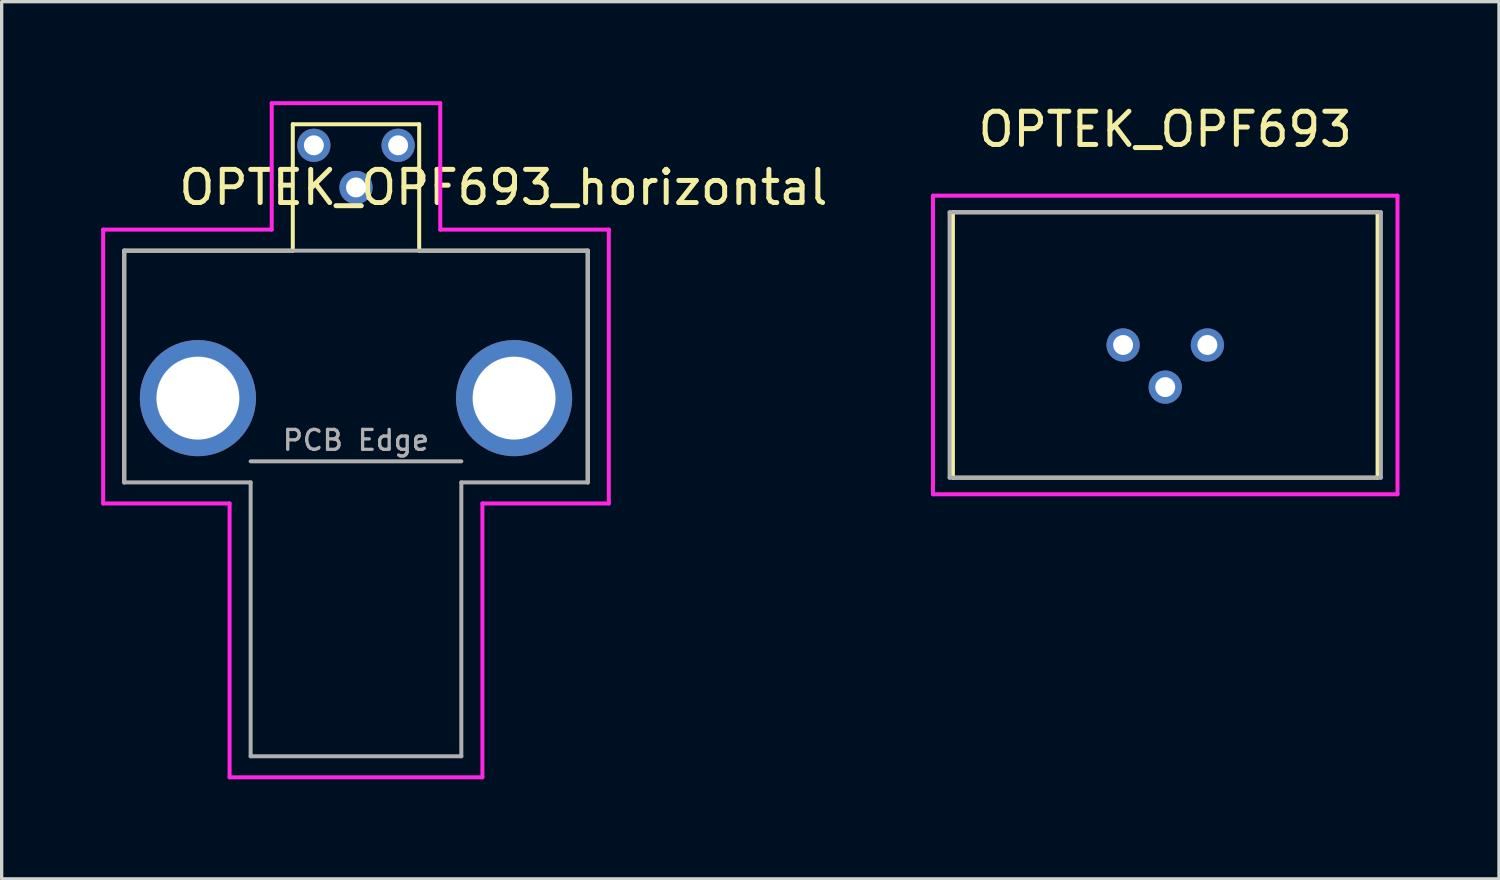
<source format=kicad_pcb>
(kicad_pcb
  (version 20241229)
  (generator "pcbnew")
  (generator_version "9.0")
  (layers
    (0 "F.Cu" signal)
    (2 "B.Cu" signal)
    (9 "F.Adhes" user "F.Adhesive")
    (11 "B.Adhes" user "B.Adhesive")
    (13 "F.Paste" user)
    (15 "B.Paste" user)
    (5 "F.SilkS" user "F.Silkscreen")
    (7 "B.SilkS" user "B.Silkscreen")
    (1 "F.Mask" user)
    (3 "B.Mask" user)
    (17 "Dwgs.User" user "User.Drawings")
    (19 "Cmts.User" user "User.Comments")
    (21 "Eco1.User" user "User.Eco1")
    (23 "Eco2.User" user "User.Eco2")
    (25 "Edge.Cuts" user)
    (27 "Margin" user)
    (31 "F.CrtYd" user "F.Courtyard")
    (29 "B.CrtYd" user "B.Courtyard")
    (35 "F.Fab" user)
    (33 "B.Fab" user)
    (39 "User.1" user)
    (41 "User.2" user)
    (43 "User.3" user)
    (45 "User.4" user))
  (footprint "OPTEK_OPF693_horizontal"
    (layer "F.Cu")
    (at 7.68 1.33)
    (property "Reference" "OPTEK_OPF693_horizontal" (at 4.445 1.27 0) (layer "F.SilkS") (effects (font (size 1 1) (thickness 0.15))))
    (attr through_hole)
    (fp_line (start -6.985 3.175) (end -6.985 10.16) (stroke (width 0.12) (type solid)) (layer "F.SilkS"))
    (fp_line (start -1.905 -0.635) (end 1.905 -0.635) (stroke (width 0.12) (type solid)) (layer "F.SilkS"))
    (fp_line (start -1.905 3.175) (end -6.985 3.175) (stroke (width 0.12) (type solid)) (layer "F.SilkS"))
    (fp_line (start -1.905 3.175) (end -1.905 -0.635) (stroke (width 0.12) (type solid)) (layer "F.SilkS"))
    (fp_line (start 1.905 -0.635) (end 1.905 3.175) (stroke (width 0.12) (type solid)) (layer "F.SilkS"))
    (fp_line (start 1.905 3.175) (end 6.985 3.175) (stroke (width 0.12) (type solid)) (layer "F.SilkS"))
    (fp_line (start 6.985 3.175) (end 6.985 10.16) (stroke (width 0.12) (type solid)) (layer "F.SilkS"))
    (fp_line (start -7.62 2.54) (end -2.54 2.54) (stroke (width 0.12) (type solid)) (layer "F.CrtYd"))
    (fp_line (start -7.62 10.795) (end -7.62 2.54) (stroke (width 0.12) (type solid)) (layer "F.CrtYd"))
    (fp_line (start -3.81 10.795) (end -7.62 10.795) (stroke (width 0.12) (type solid)) (layer "F.CrtYd"))
    (fp_line (start -3.81 19.05) (end -3.81 10.795) (stroke (width 0.12) (type solid)) (layer "F.CrtYd"))
    (fp_line (start -2.54 -1.27) (end 2.54 -1.27) (stroke (width 0.12) (type solid)) (layer "F.CrtYd"))
    (fp_line (start -2.54 2.54) (end -2.54 -1.27) (stroke (width 0.12) (type solid)) (layer "F.CrtYd"))
    (fp_line (start 2.54 -1.27) (end 2.54 2.54) (stroke (width 0.12) (type solid)) (layer "F.CrtYd"))
    (fp_line (start 2.54 2.54) (end 7.62 2.54) (stroke (width 0.12) (type solid)) (layer "F.CrtYd"))
    (fp_line (start 3.81 10.795) (end 3.81 19.05) (stroke (width 0.12) (type solid)) (layer "F.CrtYd"))
    (fp_line (start 3.81 19.05) (end -3.81 19.05) (stroke (width 0.12) (type solid)) (layer "F.CrtYd"))
    (fp_line (start 7.62 2.54) (end 7.62 10.795) (stroke (width 0.12) (type solid)) (layer "F.CrtYd"))
    (fp_line (start 7.62 10.795) (end 3.81 10.795) (stroke (width 0.12) (type solid)) (layer "F.CrtYd"))
    (fp_line (start -6.985 3.175) (end 6.985 3.175) (stroke (width 0.12) (type solid)) (layer "F.Fab"))
    (fp_line (start -6.985 10.16) (end -6.985 3.175) (stroke (width 0.12) (type solid)) (layer "F.Fab"))
    (fp_line (start -3.175 10.16) (end -6.985 10.16) (stroke (width 0.12) (type solid)) (layer "F.Fab"))
    (fp_line (start -3.175 18.415) (end -3.175 10.16) (stroke (width 0.12) (type solid)) (layer "F.Fab"))
    (fp_line (start 3.175 9.525) (end -3.175 9.525) (stroke (width 0.12) (type solid)) (layer "F.Fab"))
    (fp_line (start 3.175 10.16) (end 3.175 18.415) (stroke (width 0.12) (type solid)) (layer "F.Fab"))
    (fp_line (start 3.175 18.415) (end -3.175 18.415) (stroke (width 0.12) (type solid)) (layer "F.Fab"))
    (fp_line (start 6.985 3.175) (end 6.985 10.16) (stroke (width 0.12) (type solid)) (layer "F.Fab"))
    (fp_line (start 6.985 10.16) (end 3.175 10.16) (stroke (width 0.12) (type solid)) (layer "F.Fab"))
    (fp_text user "PCB Edge" (at 0 8.89 0) (layer "F.Fab") (effects (font (size 0.6 0.6) (thickness 0.1))))
    (pad "1" thru_hole circle (at 1.27 0) (size 1 1) (drill 0.6) (layers "*.Cu" "*.Mask"))
    (pad "2" thru_hole circle (at 0 1.27) (size 1 1) (drill 0.6) (layers "*.Cu" "*.Mask"))
    (pad "3" thru_hole circle (at -4.765 7.62) (size 3.5 3.5) (drill 2.5) (layers "*.Cu" "*.Mask"))
    (pad "3" thru_hole circle (at -1.27 0) (size 1 1) (drill 0.6) (layers "*.Cu" "*.Mask"))
    (pad "3" thru_hole circle (at 4.765 7.62) (size 3.5 3.5) (drill 2.5) (layers "*.Cu" "*.Mask")))
  (footprint "OPTEK_OPF693"
    (layer "F.Cu")
    (at 32.072 7.348)
    (property "Reference" "OPTEK_OPF693" (at 0 -6.5 0) (layer "F.SilkS") (effects (font (size 1 1) (thickness 0.15))))
    (attr through_hole)
    (fp_line (start -6.4 -4) (end -6.4 4) (stroke (width 0.12) (type solid)) (layer "F.SilkS"))
    (fp_line (start -6.4 4) (end 6.4 4) (stroke (width 0.12) (type solid)) (layer "F.SilkS"))
    (fp_line (start 6.4 -4) (end -6.4 -4) (stroke (width 0.12) (type solid)) (layer "F.SilkS"))
    (fp_line (start 6.4 4) (end 6.4 -4) (stroke (width 0.12) (type solid)) (layer "F.SilkS"))
    (fp_line (start -7 -4.5) (end -7 4.5) (stroke (width 0.12) (type solid)) (layer "F.CrtYd"))
    (fp_line (start -7 4.5) (end 7 4.5) (stroke (width 0.12) (type solid)) (layer "F.CrtYd"))
    (fp_line (start 7 -4.5) (end -7 -4.5) (stroke (width 0.12) (type solid)) (layer "F.CrtYd"))
    (fp_line (start 7 4.5) (end 7 -4.5) (stroke (width 0.12) (type solid)) (layer "F.CrtYd"))
    (fp_line (start -6.5 -4) (end -6.5 4) (stroke (width 0.12) (type solid)) (layer "F.Fab"))
    (fp_line (start -6.5 4) (end 6.5 4) (stroke (width 0.12) (type solid)) (layer "F.Fab"))
    (fp_line (start 6.5 -4) (end -6.5 -4) (stroke (width 0.12) (type solid)) (layer "F.Fab"))
    (fp_line (start 6.5 4) (end 6.5 -4) (stroke (width 0.12) (type solid)) (layer "F.Fab"))
    (pad "1" thru_hole circle (at 1.27 0) (size 1 1) (drill 0.6) (layers "*.Cu" "*.Mask"))
    (pad "2" thru_hole circle (at 0 1.27) (size 1 1) (drill 0.6) (layers "*.Cu" "*.Mask"))
    (pad "3" thru_hole circle (at -1.27 0) (size 1 1) (drill 0.6) (layers "*.Cu" "*.Mask")))
  (gr_rect
    (start -3 -3)
    (end 42.132 23.44)
    (stroke (width 0.1) (type default))
    (fill no)
    (layer "Edge.Cuts")))
</source>
